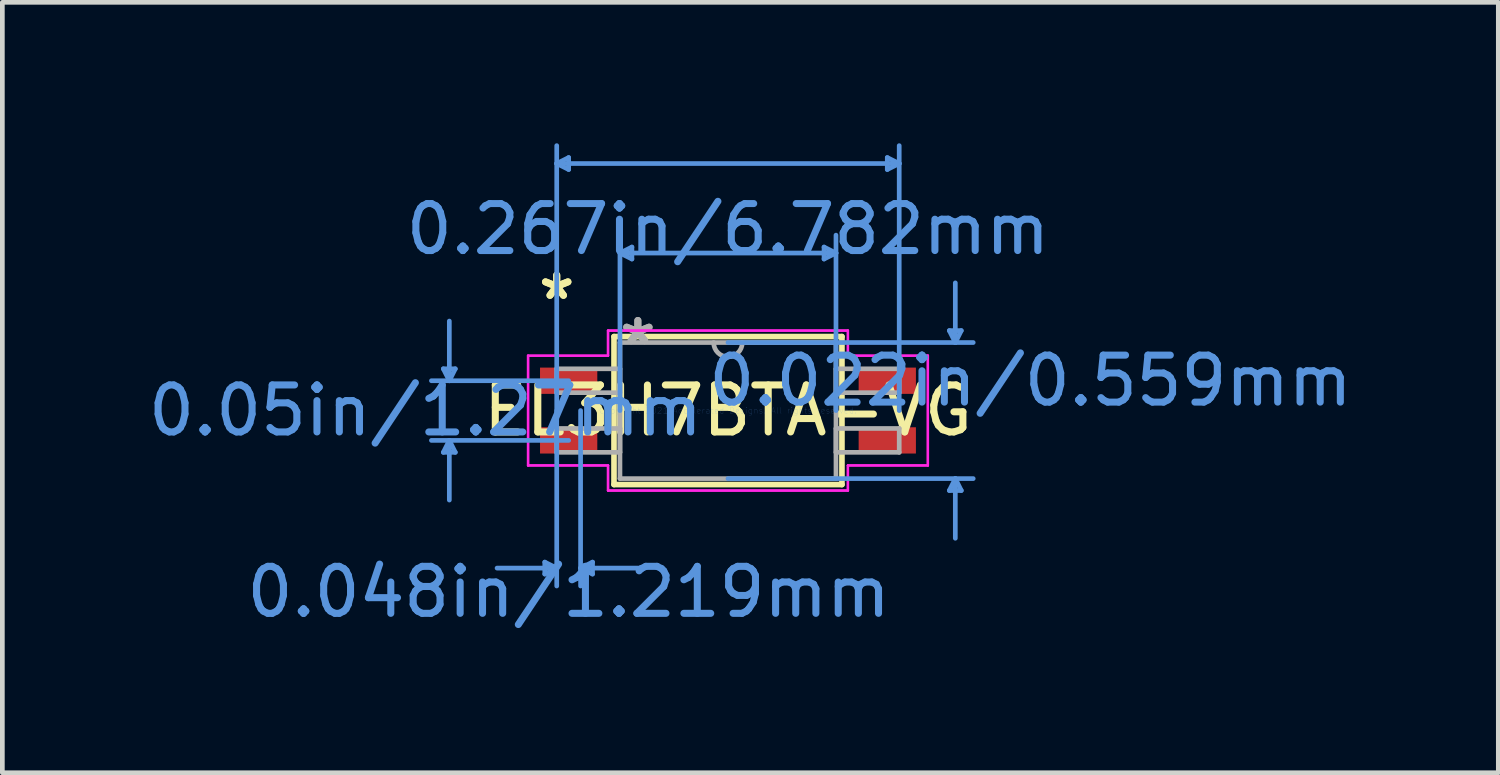
<source format=kicad_pcb>
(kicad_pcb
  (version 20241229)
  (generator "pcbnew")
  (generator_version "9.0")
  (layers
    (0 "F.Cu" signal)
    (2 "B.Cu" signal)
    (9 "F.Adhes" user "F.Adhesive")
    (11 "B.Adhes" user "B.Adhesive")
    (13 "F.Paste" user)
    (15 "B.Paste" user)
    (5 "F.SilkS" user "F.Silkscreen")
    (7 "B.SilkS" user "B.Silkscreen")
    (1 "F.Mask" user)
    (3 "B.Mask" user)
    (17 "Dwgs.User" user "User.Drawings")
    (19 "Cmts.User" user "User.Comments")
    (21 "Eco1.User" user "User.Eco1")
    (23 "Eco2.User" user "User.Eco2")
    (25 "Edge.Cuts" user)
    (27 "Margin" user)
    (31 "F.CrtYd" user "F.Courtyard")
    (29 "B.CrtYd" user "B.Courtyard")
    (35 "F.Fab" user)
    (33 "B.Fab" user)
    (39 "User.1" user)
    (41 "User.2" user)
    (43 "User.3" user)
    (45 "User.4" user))
  (footprint "EL3H7BTA-VG"
    (layer "F.Cu")
    (at 12.445 5.689)
    (property "Reference" "EL3H7BTA-VG" (at 0 0 0) (layer "F.SilkS") (effects (font (size 1 1) (thickness 0.15))))
    (attr through_hole)
    (fp_line (start -2.426 -1.575) (end -2.426 1.575) (stroke (width 0.12) (type solid)) (layer "F.SilkS"))
    (fp_line (start -2.426 1.575) (end 2.426 1.575) (stroke (width 0.12) (type solid)) (layer "F.SilkS"))
    (fp_line (start 2.426 -1.575) (end -2.426 -1.575) (stroke (width 0.12) (type solid)) (layer "F.SilkS"))
    (fp_line (start 2.426 1.575) (end 2.426 -1.575) (stroke (width 0.12) (type solid)) (layer "F.SilkS"))
    (fp_line (start -6.058 -0.889) (end -5.804 -0.889) (stroke (width 0.1) (type solid)) (layer "Cmts.User"))
    (fp_line (start -6.058 0.889) (end -5.804 0.889) (stroke (width 0.1) (type solid)) (layer "Cmts.User"))
    (fp_line (start -5.931 -0.635) (end -6.058 -0.889) (stroke (width 0.1) (type solid)) (layer "Cmts.User"))
    (fp_line (start -5.931 -0.635) (end -5.931 -1.905) (stroke (width 0.1) (type solid)) (layer "Cmts.User"))
    (fp_line (start -5.931 -0.635) (end -5.804 -0.889) (stroke (width 0.1) (type solid)) (layer "Cmts.User"))
    (fp_line (start -5.931 0.635) (end -6.058 0.889) (stroke (width 0.1) (type solid)) (layer "Cmts.User"))
    (fp_line (start -5.931 0.635) (end -5.931 1.905) (stroke (width 0.1) (type solid)) (layer "Cmts.User"))
    (fp_line (start -5.931 0.635) (end -5.804 0.889) (stroke (width 0.1) (type solid)) (layer "Cmts.User"))
    (fp_line (start -3.899 3.226) (end -3.899 3.48) (stroke (width 0.1) (type solid)) (layer "Cmts.User"))
    (fp_line (start -3.645 -5.258) (end -3.391 -5.385) (stroke (width 0.1) (type solid)) (layer "Cmts.User"))
    (fp_line (start -3.645 -5.258) (end -3.391 -5.131) (stroke (width 0.1) (type solid)) (layer "Cmts.User"))
    (fp_line (start -3.645 -5.258) (end 3.645 -5.258) (stroke (width 0.1) (type solid)) (layer "Cmts.User"))
    (fp_line (start -3.645 0) (end -3.645 -5.639) (stroke (width 0.1) (type solid)) (layer "Cmts.User"))
    (fp_line (start -3.645 0) (end -3.645 3.734) (stroke (width 0.1) (type solid)) (layer "Cmts.User"))
    (fp_line (start -3.645 3.353) (end -4.915 3.353) (stroke (width 0.1) (type solid)) (layer "Cmts.User"))
    (fp_line (start -3.645 3.353) (end -3.899 3.226) (stroke (width 0.1) (type solid)) (layer "Cmts.User"))
    (fp_line (start -3.645 3.353) (end -3.899 3.48) (stroke (width 0.1) (type solid)) (layer "Cmts.User"))
    (fp_line (start -3.391 -5.385) (end -3.391 -5.131) (stroke (width 0.1) (type solid)) (layer "Cmts.User"))
    (fp_line (start -3.391 -0.635) (end -6.312 -0.635) (stroke (width 0.1) (type solid)) (layer "Cmts.User"))
    (fp_line (start -3.391 0.635) (end -6.312 0.635) (stroke (width 0.1) (type solid)) (layer "Cmts.User"))
    (fp_line (start -3.137 0) (end -3.137 3.734) (stroke (width 0.1) (type solid)) (layer "Cmts.User"))
    (fp_line (start -3.137 3.353) (end -2.883 3.226) (stroke (width 0.1) (type solid)) (layer "Cmts.User"))
    (fp_line (start -3.137 3.353) (end -2.883 3.48) (stroke (width 0.1) (type solid)) (layer "Cmts.User"))
    (fp_line (start -3.137 3.353) (end -1.867 3.353) (stroke (width 0.1) (type solid)) (layer "Cmts.User"))
    (fp_line (start -2.883 3.226) (end -2.883 3.48) (stroke (width 0.1) (type solid)) (layer "Cmts.User"))
    (fp_line (start -2.299 -3.353) (end -2.045 -3.48) (stroke (width 0.1) (type solid)) (layer "Cmts.User"))
    (fp_line (start -2.299 -3.353) (end -2.045 -3.226) (stroke (width 0.1) (type solid)) (layer "Cmts.User"))
    (fp_line (start -2.299 -3.353) (end 2.299 -3.353) (stroke (width 0.1) (type solid)) (layer "Cmts.User"))
    (fp_line (start -2.299 0) (end -2.299 -3.734) (stroke (width 0.1) (type solid)) (layer "Cmts.User"))
    (fp_line (start -2.045 -3.48) (end -2.045 -3.226) (stroke (width 0.1) (type solid)) (layer "Cmts.User"))
    (fp_line (start 0 -1.448) (end 5.22 -1.448) (stroke (width 0.1) (type solid)) (layer "Cmts.User"))
    (fp_line (start 0 1.448) (end 5.22 1.448) (stroke (width 0.1) (type solid)) (layer "Cmts.User"))
    (fp_line (start 2.045 -3.48) (end 2.045 -3.226) (stroke (width 0.1) (type solid)) (layer "Cmts.User"))
    (fp_line (start 2.299 -3.353) (end 2.045 -3.48) (stroke (width 0.1) (type solid)) (layer "Cmts.User"))
    (fp_line (start 2.299 -3.353) (end 2.045 -3.226) (stroke (width 0.1) (type solid)) (layer "Cmts.User"))
    (fp_line (start 2.299 0) (end 2.299 -3.734) (stroke (width 0.1) (type solid)) (layer "Cmts.User"))
    (fp_line (start 3.391 -5.385) (end 3.391 -5.131) (stroke (width 0.1) (type solid)) (layer "Cmts.User"))
    (fp_line (start 3.645 -5.258) (end 3.391 -5.385) (stroke (width 0.1) (type solid)) (layer "Cmts.User"))
    (fp_line (start 3.645 -5.258) (end 3.391 -5.131) (stroke (width 0.1) (type solid)) (layer "Cmts.User"))
    (fp_line (start 3.645 0) (end 3.645 -5.639) (stroke (width 0.1) (type solid)) (layer "Cmts.User"))
    (fp_line (start 4.712 -1.702) (end 4.966 -1.702) (stroke (width 0.1) (type solid)) (layer "Cmts.User"))
    (fp_line (start 4.712 1.702) (end 4.966 1.702) (stroke (width 0.1) (type solid)) (layer "Cmts.User"))
    (fp_line (start 4.839 -1.448) (end 4.712 -1.702) (stroke (width 0.1) (type solid)) (layer "Cmts.User"))
    (fp_line (start 4.839 -1.448) (end 4.839 -2.718) (stroke (width 0.1) (type solid)) (layer "Cmts.User"))
    (fp_line (start 4.839 -1.448) (end 4.966 -1.702) (stroke (width 0.1) (type solid)) (layer "Cmts.User"))
    (fp_line (start 4.839 1.448) (end 4.712 1.702) (stroke (width 0.1) (type solid)) (layer "Cmts.User"))
    (fp_line (start 4.839 1.448) (end 4.839 2.718) (stroke (width 0.1) (type solid)) (layer "Cmts.User"))
    (fp_line (start 4.839 1.448) (end 4.966 1.702) (stroke (width 0.1) (type solid)) (layer "Cmts.User"))
    (fp_line (start -4.255 -1.168) (end -2.553 -1.168) (stroke (width 0.05) (type solid)) (layer "F.CrtYd"))
    (fp_line (start -4.255 -1.168) (end -2.553 -1.168) (stroke (width 0.05) (type solid)) (layer "F.CrtYd"))
    (fp_line (start -4.255 1.168) (end -4.255 -1.168) (stroke (width 0.05) (type solid)) (layer "F.CrtYd"))
    (fp_line (start -4.255 1.168) (end -4.255 -1.168) (stroke (width 0.05) (type solid)) (layer "F.CrtYd"))
    (fp_line (start -4.255 1.168) (end -2.553 1.168) (stroke (width 0.05) (type solid)) (layer "F.CrtYd"))
    (fp_line (start -2.553 -1.702) (end 2.553 -1.702) (stroke (width 0.05) (type solid)) (layer "F.CrtYd"))
    (fp_line (start -2.553 -1.702) (end 2.553 -1.702) (stroke (width 0.05) (type solid)) (layer "F.CrtYd"))
    (fp_line (start -2.553 -1.168) (end -2.553 -1.702) (stroke (width 0.05) (type solid)) (layer "F.CrtYd"))
    (fp_line (start -2.553 -1.168) (end -2.553 -1.702) (stroke (width 0.05) (type solid)) (layer "F.CrtYd"))
    (fp_line (start -2.553 1.168) (end -4.255 1.168) (stroke (width 0.05) (type solid)) (layer "F.CrtYd"))
    (fp_line (start -2.553 1.702) (end -2.553 1.168) (stroke (width 0.05) (type solid)) (layer "F.CrtYd"))
    (fp_line (start -2.553 1.702) (end -2.553 1.168) (stroke (width 0.05) (type solid)) (layer "F.CrtYd"))
    (fp_line (start 2.553 -1.702) (end 2.553 -1.168) (stroke (width 0.05) (type solid)) (layer "F.CrtYd"))
    (fp_line (start 2.553 -1.702) (end 2.553 -1.168) (stroke (width 0.05) (type solid)) (layer "F.CrtYd"))
    (fp_line (start 2.553 -1.168) (end 4.255 -1.168) (stroke (width 0.05) (type solid)) (layer "F.CrtYd"))
    (fp_line (start 2.553 1.168) (end 2.553 1.702) (stroke (width 0.05) (type solid)) (layer "F.CrtYd"))
    (fp_line (start 2.553 1.168) (end 2.553 1.702) (stroke (width 0.05) (type solid)) (layer "F.CrtYd"))
    (fp_line (start 2.553 1.702) (end -2.553 1.702) (stroke (width 0.05) (type solid)) (layer "F.CrtYd"))
    (fp_line (start 2.553 1.702) (end -2.553 1.702) (stroke (width 0.05) (type solid)) (layer "F.CrtYd"))
    (fp_line (start 4.255 -1.168) (end 2.553 -1.168) (stroke (width 0.05) (type solid)) (layer "F.CrtYd"))
    (fp_line (start 4.255 -1.168) (end 4.255 1.168) (stroke (width 0.05) (type solid)) (layer "F.CrtYd"))
    (fp_line (start 4.255 -1.168) (end 4.255 1.168) (stroke (width 0.05) (type solid)) (layer "F.CrtYd"))
    (fp_line (start 4.255 1.168) (end 2.553 1.168) (stroke (width 0.05) (type solid)) (layer "F.CrtYd"))
    (fp_line (start 4.255 1.168) (end 2.553 1.168) (stroke (width 0.05) (type solid)) (layer "F.CrtYd"))
    (fp_line (start -3.645 -0.889) (end -3.645 -0.381) (stroke (width 0.1) (type solid)) (layer "F.Fab"))
    (fp_line (start -3.645 -0.381) (end -2.299 -0.381) (stroke (width 0.1) (type solid)) (layer "F.Fab"))
    (fp_line (start -3.645 0.381) (end -3.645 0.889) (stroke (width 0.1) (type solid)) (layer "F.Fab"))
    (fp_line (start -3.645 0.889) (end -2.299 0.889) (stroke (width 0.1) (type solid)) (layer "F.Fab"))
    (fp_line (start -2.299 -1.448) (end -2.299 1.448) (stroke (width 0.1) (type solid)) (layer "F.Fab"))
    (fp_line (start -2.299 -0.889) (end -3.645 -0.889) (stroke (width 0.1) (type solid)) (layer "F.Fab"))
    (fp_line (start -2.299 -0.381) (end -2.299 -0.889) (stroke (width 0.1) (type solid)) (layer "F.Fab"))
    (fp_line (start -2.299 0.381) (end -3.645 0.381) (stroke (width 0.1) (type solid)) (layer "F.Fab"))
    (fp_line (start -2.299 0.889) (end -2.299 0.381) (stroke (width 0.1) (type solid)) (layer "F.Fab"))
    (fp_line (start -2.299 1.448) (end 2.299 1.448) (stroke (width 0.1) (type solid)) (layer "F.Fab"))
    (fp_line (start 2.299 -1.448) (end -2.299 -1.448) (stroke (width 0.1) (type solid)) (layer "F.Fab"))
    (fp_line (start 2.299 -0.889) (end 2.299 -0.381) (stroke (width 0.1) (type solid)) (layer "F.Fab"))
    (fp_line (start 2.299 -0.381) (end 3.645 -0.381) (stroke (width 0.1) (type solid)) (layer "F.Fab"))
    (fp_line (start 2.299 0.381) (end 2.299 0.889) (stroke (width 0.1) (type solid)) (layer "F.Fab"))
    (fp_line (start 2.299 0.889) (end 3.645 0.889) (stroke (width 0.1) (type solid)) (layer "F.Fab"))
    (fp_line (start 2.299 1.448) (end 2.299 -1.448) (stroke (width 0.1) (type solid)) (layer "F.Fab"))
    (fp_line (start 3.645 -0.889) (end 2.299 -0.889) (stroke (width 0.1) (type solid)) (layer "F.Fab"))
    (fp_line (start 3.645 -0.381) (end 3.645 -0.889) (stroke (width 0.1) (type solid)) (layer "F.Fab"))
    (fp_line (start 3.645 0.381) (end 2.299 0.381) (stroke (width 0.1) (type solid)) (layer "F.Fab"))
    (fp_line (start 3.645 0.889) (end 3.645 0.381) (stroke (width 0.1) (type solid)) (layer "F.Fab"))
    (fp_arc (start 0.3048 -1.4478) (mid 0 -1.143) (end -0.3048 -1.4478) (stroke (width 0.1) (type solid)) (layer "F.Fab"))
    (fp_text user "*" (at -3.645 -2.337 0) (layer "F.SilkS") (effects (font (size 1 1) (thickness 0.15))))
    (fp_text user "*" (at -3.645 -2.337 0) (layer "F.SilkS") (effects (font (size 1 1) (thickness 0.15))))
    (fp_text user "0.048in/1.219mm" (at -3.391 3.861 0) (layer "Cmts.User") (effects (font (size 1 1) (thickness 0.15))))
    (fp_text user "Copyright 2021 Accelerated Designs. All rights reserved." (at 0 0 0) (layer "Cmts.User") (effects (font (size 0.127 0.127) (thickness 0.002))))
    (fp_text user "0.267in/6.782mm" (at 0 -3.861 0) (layer "Cmts.User") (effects (font (size 1 1) (thickness 0.15))))
    (fp_text user "0.022in/0.559mm" (at 6.439 -0.635 0) (layer "Cmts.User") (effects (font (size 1 1) (thickness 0.15))))
    (fp_text user "0.05in/1.27mm" (at -6.439 0 0) (layer "Cmts.User") (effects (font (size 1 1) (thickness 0.15))))
    (fp_text user "*" (at -1.918 -1.372 0) (layer "F.Fab") (effects (font (size 1 1) (thickness 0.15))))
    (fp_text user "*" (at -1.918 -1.372 0) (layer "F.Fab") (effects (font (size 1 1) (thickness 0.15))))
    (pad "1" smd rect (at -3.391 -0.635) (size 1.219 0.559) (layers "F.Cu" "F.Mask" "F.Paste"))
    (pad "2" smd rect (at -3.391 0.635) (size 1.219 0.559) (layers "F.Cu" "F.Mask" "F.Paste"))
    (pad "3" smd rect (at 3.391 0.635) (size 1.219 0.559) (layers "F.Cu" "F.Mask" "F.Paste"))
    (pad "4" smd rect (at 3.391 -0.635) (size 1.219 0.559) (layers "F.Cu" "F.Mask" "F.Paste")))
  (gr_rect
    (start -3 -3)
    (end 28.842 13.398)
    (stroke (width 0.1) (type default))
    (fill no)
    (layer "Edge.Cuts")))
</source>
